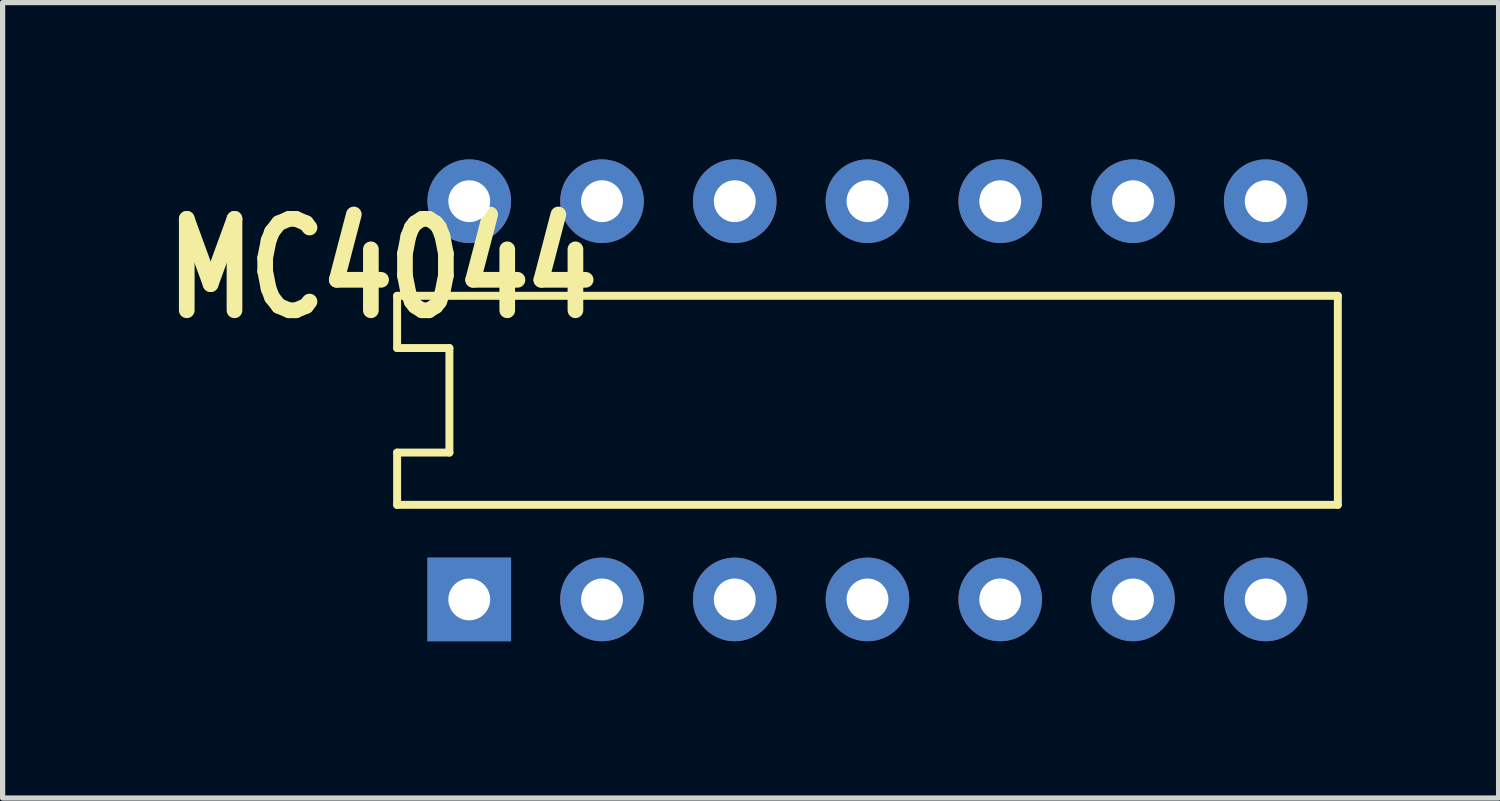
<source format=kicad_pcb>
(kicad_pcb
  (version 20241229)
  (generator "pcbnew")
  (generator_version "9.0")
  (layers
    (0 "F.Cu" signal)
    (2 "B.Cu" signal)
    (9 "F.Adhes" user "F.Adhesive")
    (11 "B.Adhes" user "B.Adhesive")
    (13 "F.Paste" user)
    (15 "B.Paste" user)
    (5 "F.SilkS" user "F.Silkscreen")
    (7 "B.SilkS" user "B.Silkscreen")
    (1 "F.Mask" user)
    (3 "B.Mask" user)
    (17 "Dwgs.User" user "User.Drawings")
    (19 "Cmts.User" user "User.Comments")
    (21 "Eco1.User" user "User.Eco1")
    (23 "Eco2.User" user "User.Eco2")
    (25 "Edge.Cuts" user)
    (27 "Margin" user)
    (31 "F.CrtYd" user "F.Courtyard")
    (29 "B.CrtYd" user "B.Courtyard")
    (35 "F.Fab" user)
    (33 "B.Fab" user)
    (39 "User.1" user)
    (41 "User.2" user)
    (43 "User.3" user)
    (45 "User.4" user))
  (footprint "MC4044"
    (layer "F.Cu")
    (at 5.929 8.42)
    (property "Reference" "MC4044" (at -5.929 -5.303 0) (layer "F.SilkS") (effects (font (size 1.75 1.37) (thickness 0.3)) (justify left bottom)))
    (attr through_hole)
    (fp_line (start -1.38 -5.81) (end -1.38 -4.81) (stroke (width 0.152) (type solid)) (layer "F.SilkS"))
    (fp_line (start -1.38 -4.81) (end -0.38 -4.81) (stroke (width 0.152) (type solid)) (layer "F.SilkS"))
    (fp_line (start -1.38 -2.81) (end -0.38 -2.81) (stroke (width 0.152) (type solid)) (layer "F.SilkS"))
    (fp_line (start -1.38 -1.81) (end -1.38 -2.81) (stroke (width 0.152) (type solid)) (layer "F.SilkS"))
    (fp_line (start -1.38 -1.81) (end 16.62 -1.81) (stroke (width 0.152) (type solid)) (layer "F.SilkS"))
    (fp_line (start -0.38 -2.81) (end -0.38 -4.81) (stroke (width 0.152) (type solid)) (layer "F.SilkS"))
    (fp_line (start 16.62 -5.81) (end -1.38 -5.81) (stroke (width 0.152) (type solid)) (layer "F.SilkS"))
    (fp_line (start 16.62 -5.81) (end 16.62 -1.81) (stroke (width 0.152) (type solid)) (layer "F.SilkS"))
    (pad "1" thru_hole rect (at 0 0 90) (size 1.6 1.6) (drill 0.8) (layers "*.Cu" "*.Mask"))
    (pad "2" thru_hole circle (at 2.54 0 90) (size 1.6 1.6) (drill 0.8) (layers "*.Cu" "*.Mask"))
    (pad "3" thru_hole circle (at 5.08 0 90) (size 1.6 1.6) (drill 0.8) (layers "*.Cu" "*.Mask"))
    (pad "4" thru_hole circle (at 7.62 0 90) (size 1.6 1.6) (drill 0.8) (layers "*.Cu" "*.Mask"))
    (pad "5" thru_hole circle (at 10.16 0 90) (size 1.6 1.6) (drill 0.8) (layers "*.Cu" "*.Mask"))
    (pad "6" thru_hole circle (at 12.7 0 90) (size 1.6 1.6) (drill 0.8) (layers "*.Cu" "*.Mask"))
    (pad "7" thru_hole circle (at 15.24 0 90) (size 1.6 1.6) (drill 0.8) (layers "*.Cu" "*.Mask"))
    (pad "8" thru_hole circle (at 15.24 -7.62 90) (size 1.6 1.6) (drill 0.8) (layers "*.Cu" "*.Mask"))
    (pad "9" thru_hole circle (at 12.7 -7.62 90) (size 1.6 1.6) (drill 0.8) (layers "*.Cu" "*.Mask"))
    (pad "10" thru_hole circle (at 10.16 -7.62 90) (size 1.6 1.6) (drill 0.8) (layers "*.Cu" "*.Mask"))
    (pad "11" thru_hole circle (at 7.62 -7.62 90) (size 1.6 1.6) (drill 0.8) (layers "*.Cu" "*.Mask"))
    (pad "12" thru_hole circle (at 5.08 -7.62 90) (size 1.6 1.6) (drill 0.8) (layers "*.Cu" "*.Mask"))
    (pad "13" thru_hole circle (at 2.54 -7.62 90) (size 1.6 1.6) (drill 0.8) (layers "*.Cu" "*.Mask"))
    (pad "14" thru_hole circle (at 0 -7.62 90) (size 1.6 1.6) (drill 0.8) (layers "*.Cu" "*.Mask")))
  (gr_rect
    (start -3 -3)
    (end 25.625 12.22)
    (stroke (width 0.1) (type default))
    (fill no)
    (layer "Edge.Cuts")))
</source>
